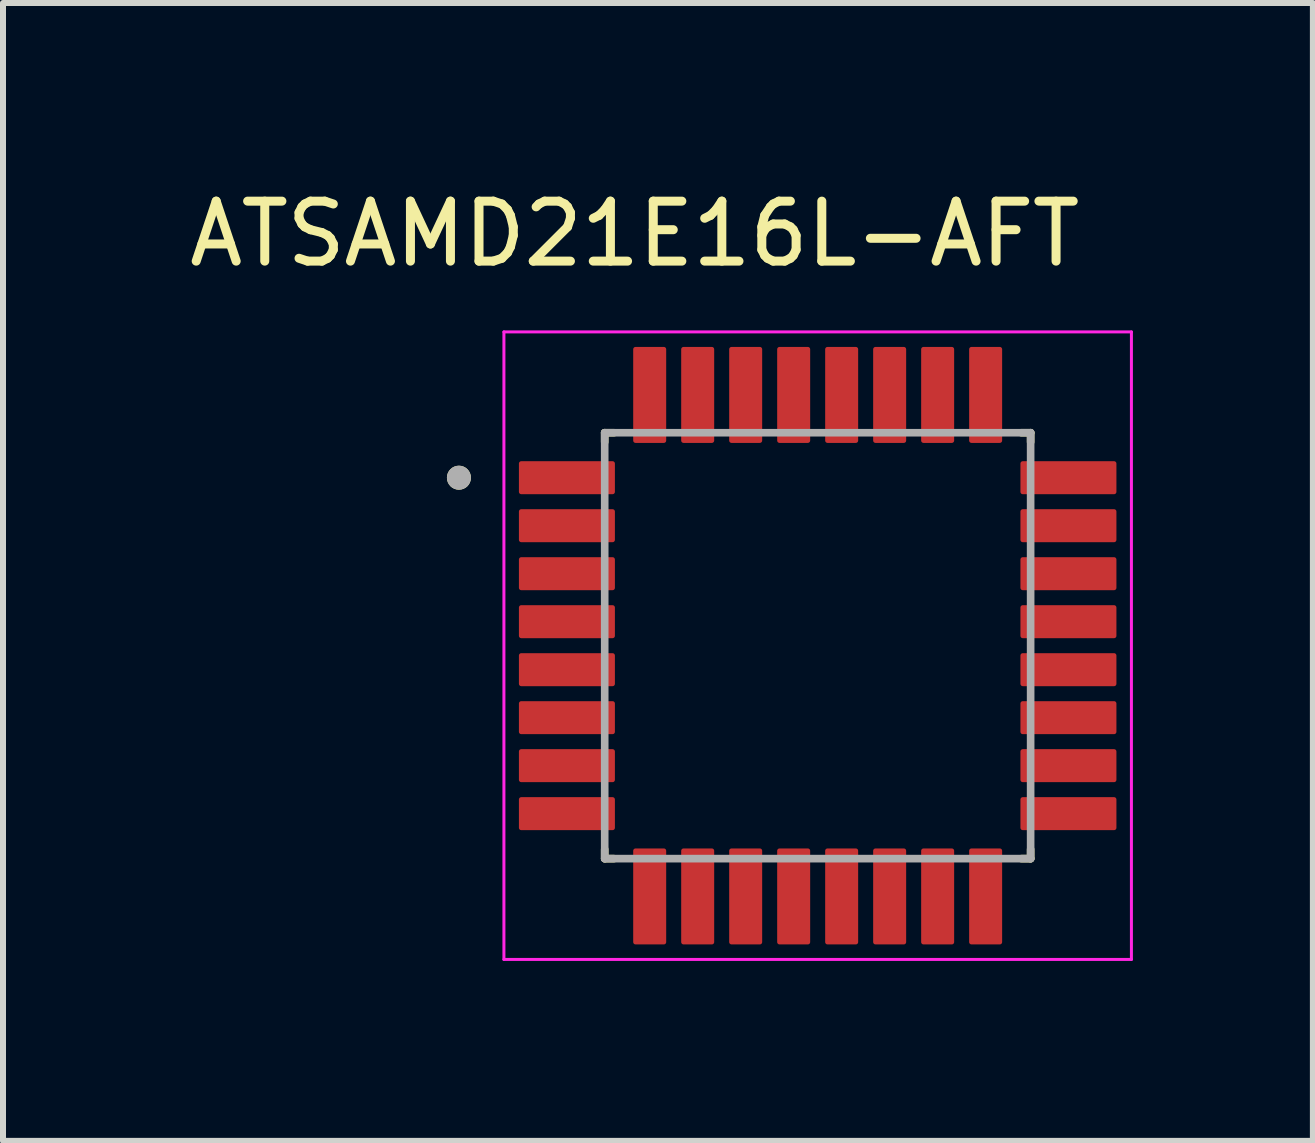
<source format=kicad_pcb>
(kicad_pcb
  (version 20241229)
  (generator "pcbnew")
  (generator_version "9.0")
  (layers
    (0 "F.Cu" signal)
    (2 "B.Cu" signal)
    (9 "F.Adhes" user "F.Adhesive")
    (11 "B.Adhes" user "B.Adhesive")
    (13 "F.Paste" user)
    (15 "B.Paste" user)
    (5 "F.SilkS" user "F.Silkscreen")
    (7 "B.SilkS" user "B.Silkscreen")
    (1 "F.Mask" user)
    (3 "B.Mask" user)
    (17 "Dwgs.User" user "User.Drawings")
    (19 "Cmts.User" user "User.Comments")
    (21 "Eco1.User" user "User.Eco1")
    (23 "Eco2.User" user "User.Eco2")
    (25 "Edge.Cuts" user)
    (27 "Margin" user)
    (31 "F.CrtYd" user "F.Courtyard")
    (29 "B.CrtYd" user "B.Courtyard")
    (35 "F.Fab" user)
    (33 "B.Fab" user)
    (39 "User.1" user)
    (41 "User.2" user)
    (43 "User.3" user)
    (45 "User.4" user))
  (footprint "ATSAMD21E16L-AFT"
    (layer "F.Cu")
    (at 10.58 7.713)
    (property "Reference" "ATSAMD21E16L-AFT" (at -3.05 -6.865 0) (layer "F.SilkS") (effects (font (size 1 1) (thickness 0.15))))
    (attr through_hole)
    (fp_line (start -3.55 -3.55) (end -3.55 -3.395) (stroke (width 0.127) (type solid)) (layer "F.SilkS"))
    (fp_line (start -3.55 -3.55) (end -3.395 -3.55) (stroke (width 0.127) (type solid)) (layer "F.SilkS"))
    (fp_line (start -3.55 3.55) (end -3.55 3.395) (stroke (width 0.127) (type solid)) (layer "F.SilkS"))
    (fp_line (start -3.55 3.55) (end -3.395 3.55) (stroke (width 0.127) (type solid)) (layer "F.SilkS"))
    (fp_line (start 3.55 -3.55) (end 3.395 -3.55) (stroke (width 0.127) (type solid)) (layer "F.SilkS"))
    (fp_line (start 3.55 -3.55) (end 3.55 -3.395) (stroke (width 0.127) (type solid)) (layer "F.SilkS"))
    (fp_line (start 3.55 3.55) (end 3.395 3.55) (stroke (width 0.127) (type solid)) (layer "F.SilkS"))
    (fp_line (start 3.55 3.55) (end 3.55 3.395) (stroke (width 0.127) (type solid)) (layer "F.SilkS"))
    (fp_circle (center -5.98 -2.8) (end -5.88 -2.8) (stroke (width 0.2) (type solid)) (fill no) (layer "F.SilkS"))
    (fp_line (start -5.23 -5.23) (end 5.23 -5.23) (stroke (width 0.05) (type solid)) (layer "F.CrtYd"))
    (fp_line (start -5.23 5.23) (end -5.23 -5.23) (stroke (width 0.05) (type solid)) (layer "F.CrtYd"))
    (fp_line (start -5.23 5.23) (end 5.23 5.23) (stroke (width 0.05) (type solid)) (layer "F.CrtYd"))
    (fp_line (start 5.23 5.23) (end 5.23 -5.23) (stroke (width 0.05) (type solid)) (layer "F.CrtYd"))
    (fp_line (start -3.55 3.55) (end -3.55 -3.55) (stroke (width 0.127) (type solid)) (layer "F.Fab"))
    (fp_line (start 3.55 -3.55) (end -3.55 -3.55) (stroke (width 0.127) (type solid)) (layer "F.Fab"))
    (fp_line (start 3.55 3.55) (end -3.55 3.55) (stroke (width 0.127) (type solid)) (layer "F.Fab"))
    (fp_line (start 3.55 3.55) (end 3.55 -3.55) (stroke (width 0.127) (type solid)) (layer "F.Fab"))
    (fp_circle (center -5.98 -2.8) (end -5.88 -2.8) (stroke (width 0.2) (type solid)) (fill no) (layer "F.Fab"))
    (pad "1" smd roundrect (at -4.18 -2.8) (size 1.6 0.55) (layers "F.Cu" "F.Mask" "F.Paste") (roundrect_rratio 0.07))
    (pad "2" smd roundrect (at -4.18 -2) (size 1.6 0.55) (layers "F.Cu" "F.Mask" "F.Paste") (roundrect_rratio 0.07))
    (pad "3" smd roundrect (at -4.18 -1.2) (size 1.6 0.55) (layers "F.Cu" "F.Mask" "F.Paste") (roundrect_rratio 0.07))
    (pad "4" smd roundrect (at -4.18 -0.4) (size 1.6 0.55) (layers "F.Cu" "F.Mask" "F.Paste") (roundrect_rratio 0.07))
    (pad "5" smd roundrect (at -4.18 0.4) (size 1.6 0.55) (layers "F.Cu" "F.Mask" "F.Paste") (roundrect_rratio 0.07))
    (pad "6" smd roundrect (at -4.18 1.2) (size 1.6 0.55) (layers "F.Cu" "F.Mask" "F.Paste") (roundrect_rratio 0.07))
    (pad "7" smd roundrect (at -4.18 2) (size 1.6 0.55) (layers "F.Cu" "F.Mask" "F.Paste") (roundrect_rratio 0.07))
    (pad "8" smd roundrect (at -4.18 2.8) (size 1.6 0.55) (layers "F.Cu" "F.Mask" "F.Paste") (roundrect_rratio 0.07))
    (pad "9" smd roundrect (at -2.8 4.18) (size 0.55 1.6) (layers "F.Cu" "F.Mask" "F.Paste") (roundrect_rratio 0.07))
    (pad "10" smd roundrect (at -2 4.18) (size 0.55 1.6) (layers "F.Cu" "F.Mask" "F.Paste") (roundrect_rratio 0.07))
    (pad "11" smd roundrect (at -1.2 4.18) (size 0.55 1.6) (layers "F.Cu" "F.Mask" "F.Paste") (roundrect_rratio 0.07))
    (pad "12" smd roundrect (at -0.4 4.18) (size 0.55 1.6) (layers "F.Cu" "F.Mask" "F.Paste") (roundrect_rratio 0.07))
    (pad "13" smd roundrect (at 0.4 4.18) (size 0.55 1.6) (layers "F.Cu" "F.Mask" "F.Paste") (roundrect_rratio 0.07))
    (pad "14" smd roundrect (at 1.2 4.18) (size 0.55 1.6) (layers "F.Cu" "F.Mask" "F.Paste") (roundrect_rratio 0.07))
    (pad "15" smd roundrect (at 2 4.18) (size 0.55 1.6) (layers "F.Cu" "F.Mask" "F.Paste") (roundrect_rratio 0.07))
    (pad "16" smd roundrect (at 2.8 4.18) (size 0.55 1.6) (layers "F.Cu" "F.Mask" "F.Paste") (roundrect_rratio 0.07))
    (pad "17" smd roundrect (at 4.18 2.8) (size 1.6 0.55) (layers "F.Cu" "F.Mask" "F.Paste") (roundrect_rratio 0.07))
    (pad "18" smd roundrect (at 4.18 2) (size 1.6 0.55) (layers "F.Cu" "F.Mask" "F.Paste") (roundrect_rratio 0.07))
    (pad "19" smd roundrect (at 4.18 1.2) (size 1.6 0.55) (layers "F.Cu" "F.Mask" "F.Paste") (roundrect_rratio 0.07))
    (pad "20" smd roundrect (at 4.18 0.4) (size 1.6 0.55) (layers "F.Cu" "F.Mask" "F.Paste") (roundrect_rratio 0.07))
    (pad "21" smd roundrect (at 4.18 -0.4) (size 1.6 0.55) (layers "F.Cu" "F.Mask" "F.Paste") (roundrect_rratio 0.07))
    (pad "22" smd roundrect (at 4.18 -1.2) (size 1.6 0.55) (layers "F.Cu" "F.Mask" "F.Paste") (roundrect_rratio 0.07))
    (pad "23" smd roundrect (at 4.18 -2) (size 1.6 0.55) (layers "F.Cu" "F.Mask" "F.Paste") (roundrect_rratio 0.07))
    (pad "24" smd roundrect (at 4.18 -2.8) (size 1.6 0.55) (layers "F.Cu" "F.Mask" "F.Paste") (roundrect_rratio 0.07))
    (pad "25" smd roundrect (at 2.8 -4.18) (size 0.55 1.6) (layers "F.Cu" "F.Mask" "F.Paste") (roundrect_rratio 0.07))
    (pad "26" smd roundrect (at 2 -4.18) (size 0.55 1.6) (layers "F.Cu" "F.Mask" "F.Paste") (roundrect_rratio 0.07))
    (pad "27" smd roundrect (at 1.2 -4.18) (size 0.55 1.6) (layers "F.Cu" "F.Mask" "F.Paste") (roundrect_rratio 0.07))
    (pad "28" smd roundrect (at 0.4 -4.18) (size 0.55 1.6) (layers "F.Cu" "F.Mask" "F.Paste") (roundrect_rratio 0.07))
    (pad "29" smd roundrect (at -0.4 -4.18) (size 0.55 1.6) (layers "F.Cu" "F.Mask" "F.Paste") (roundrect_rratio 0.07))
    (pad "30" smd roundrect (at -1.2 -4.18) (size 0.55 1.6) (layers "F.Cu" "F.Mask" "F.Paste") (roundrect_rratio 0.07))
    (pad "31" smd roundrect (at -2 -4.18) (size 0.55 1.6) (layers "F.Cu" "F.Mask" "F.Paste") (roundrect_rratio 0.07))
    (pad "32" smd roundrect (at -2.8 -4.18) (size 0.55 1.6) (layers "F.Cu" "F.Mask" "F.Paste") (roundrect_rratio 0.07)))
  (gr_rect
    (start -3 -3)
    (end 18.835 15.968)
    (stroke (width 0.1) (type default))
    (fill no)
    (layer "Edge.Cuts")))
</source>
